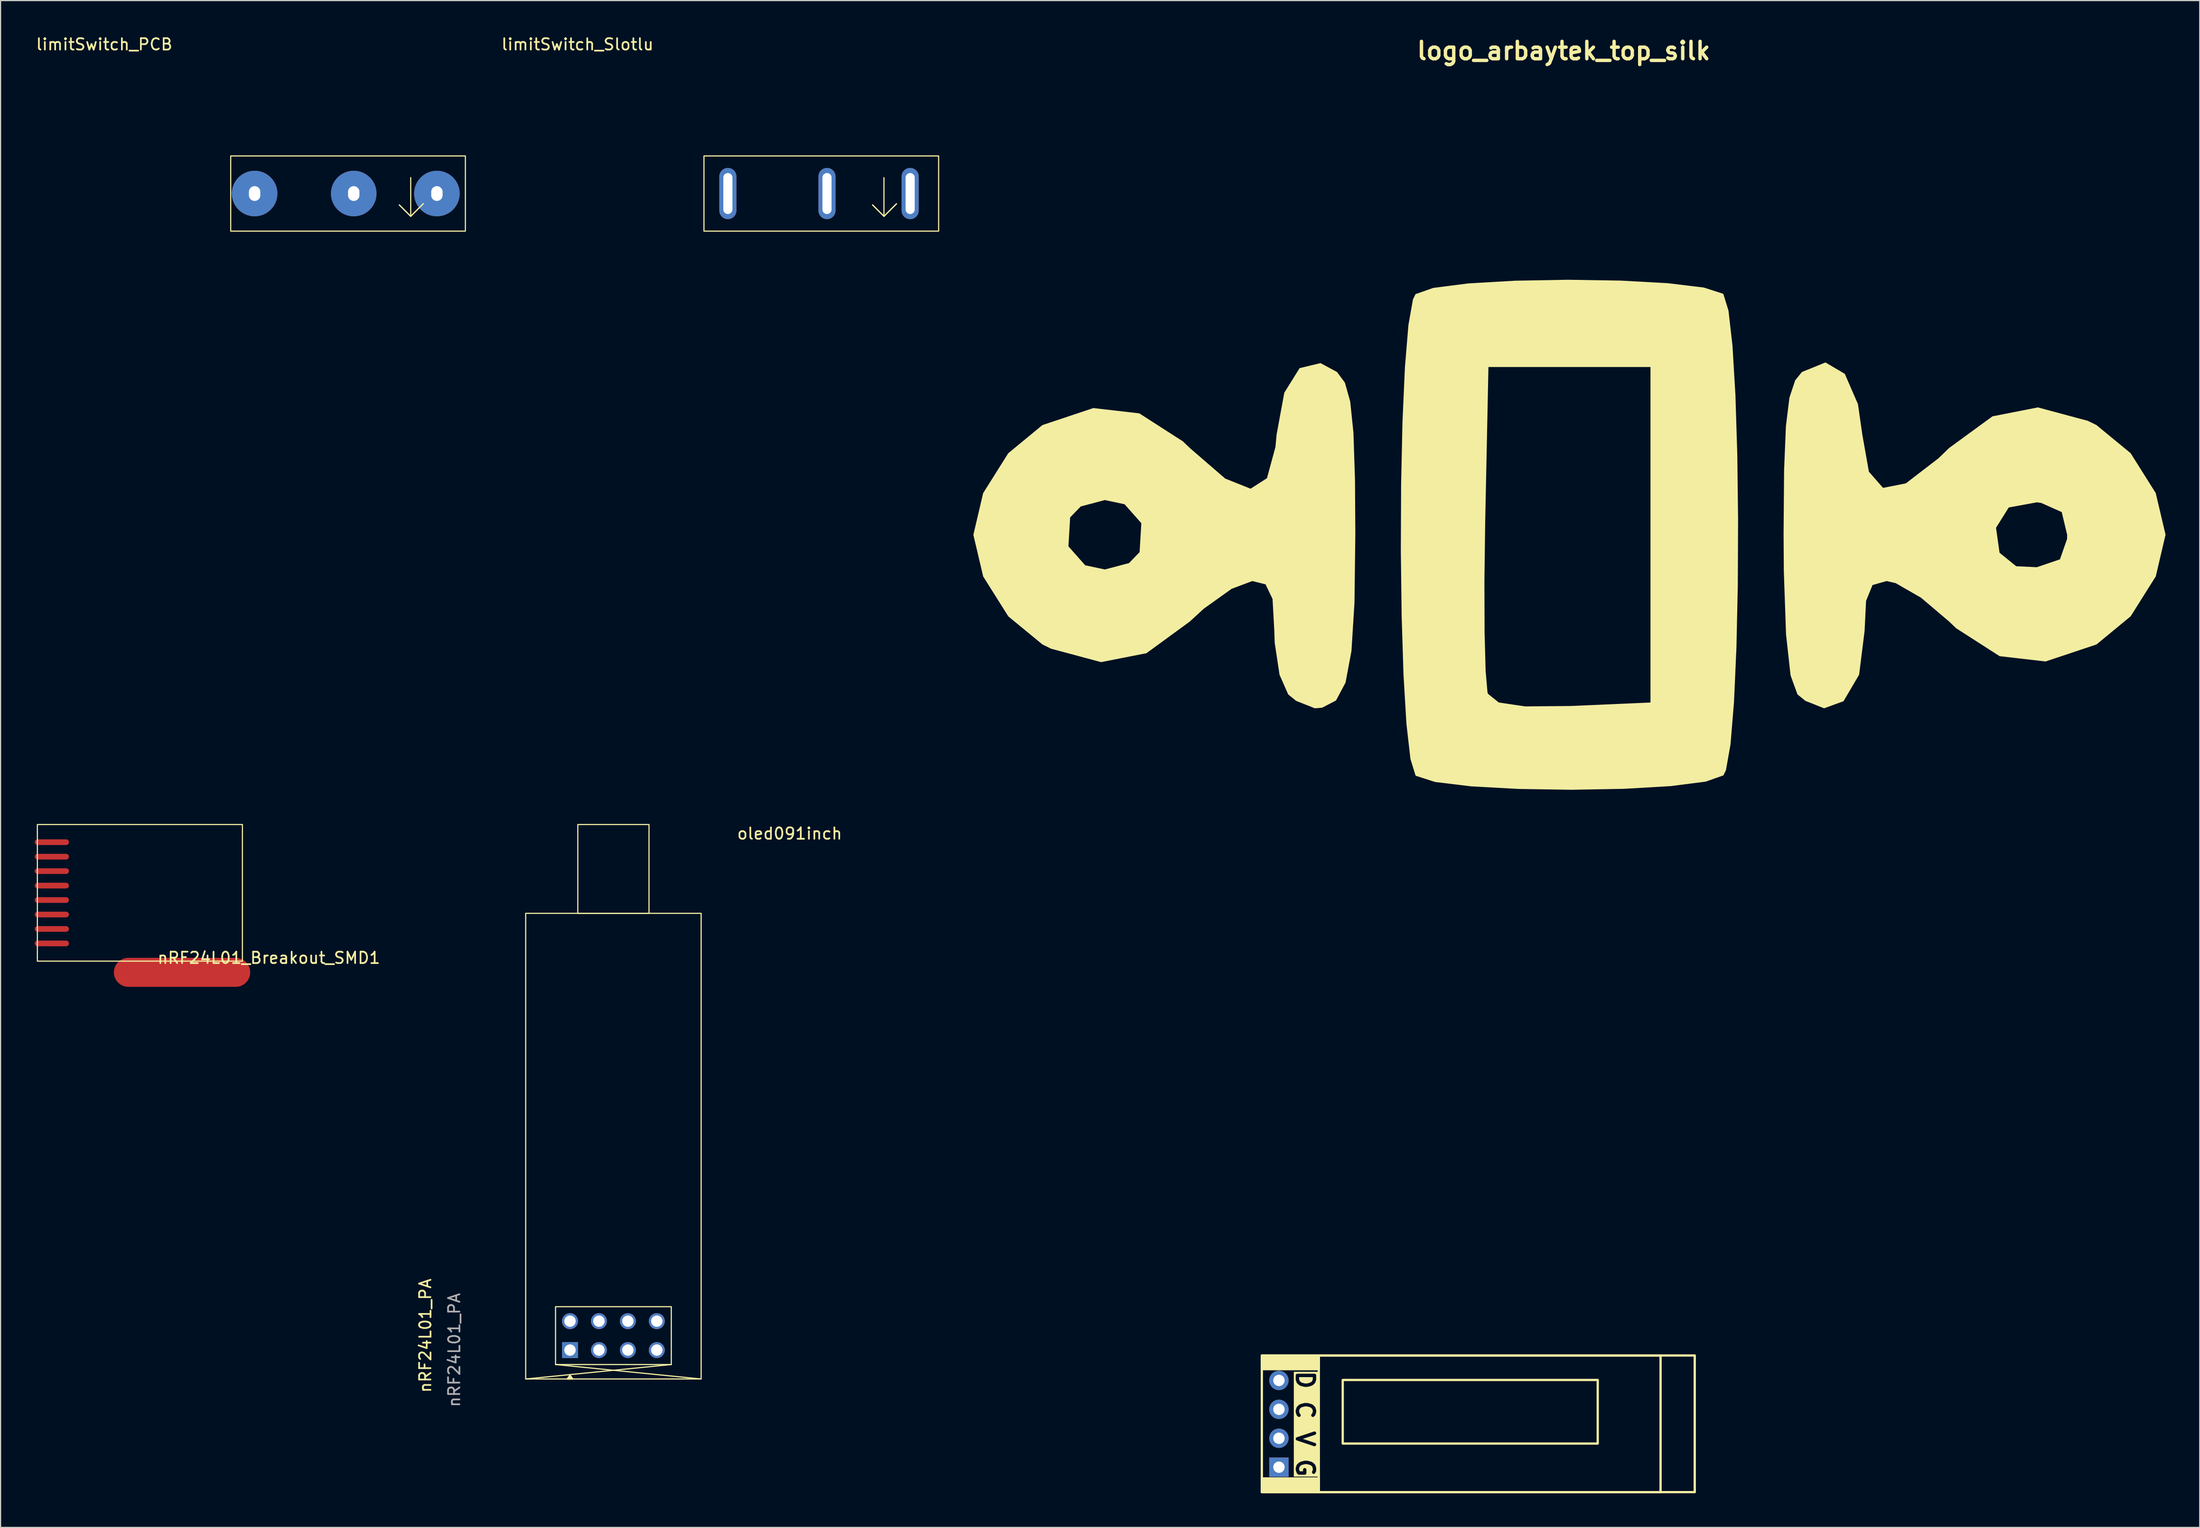
<source format=kicad_pcb>
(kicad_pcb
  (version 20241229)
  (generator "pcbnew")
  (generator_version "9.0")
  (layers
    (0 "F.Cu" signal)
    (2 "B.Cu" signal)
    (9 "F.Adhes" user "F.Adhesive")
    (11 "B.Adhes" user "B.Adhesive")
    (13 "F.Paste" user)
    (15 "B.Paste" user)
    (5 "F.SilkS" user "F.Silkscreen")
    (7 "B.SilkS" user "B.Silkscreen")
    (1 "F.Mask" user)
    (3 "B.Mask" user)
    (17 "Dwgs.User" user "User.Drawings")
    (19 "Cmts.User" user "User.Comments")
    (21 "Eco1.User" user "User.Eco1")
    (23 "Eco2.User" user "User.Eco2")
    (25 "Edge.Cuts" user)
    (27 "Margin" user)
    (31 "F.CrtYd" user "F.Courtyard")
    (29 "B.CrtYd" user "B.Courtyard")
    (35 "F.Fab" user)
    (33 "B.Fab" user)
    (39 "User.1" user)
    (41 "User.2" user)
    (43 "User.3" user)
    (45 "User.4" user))
  (footprint "logo_arbaytek_top_silk"
    (layer "F.Cu")
    (at 134.209 43.918)
    (property "Reference" "logo_arbaytek_top_silk" (at 0 -42.5 0) (layer "F.SilkS") (effects (font (size 1.524 1.524) (thickness 0.3))))
    (attr board_only exclude_from_pos_files exclude_from_bom)
    (fp_poly (pts (xy 4.989 -22.324) (xy 9.14 -22.096) (xy 12.303 -21.713) (xy 13.975 -21.174) (xy 14.021 -21.133) (xy 14.467 -19.689) (xy 14.819 -16.604) (xy 15.077 -12.263) (xy 15.24 -7.056) (xy 15.31 -1.37) (xy 15.285 4.408) (xy 15.166 9.889) (xy 14.952 14.687) (xy 14.645 18.413) (xy 14.243 20.68) (xy 14.021 21.133) (xy 12.465 21.682) (xy 9.385 22.076) (xy 5.284 22.314) (xy 0.664 22.397) (xy -3.973 22.324) (xy -8.124 22.096) (xy -11.287 21.713) (xy -12.959 21.174) (xy -13.005 21.133) (xy -13.451 19.689) (xy -13.803 16.604) (xy -14.061 12.263) (xy -14.224 7.056) (xy -14.26 4.086) (xy -6.957 4.086) (xy -6.942 8.563) (xy -6.851 11.943) (xy -6.691 13.805) (xy -6.649 13.965) (xy -5.697 14.732) (xy -3.389 15.074) (xy 0.594 15.039) (xy 0.748 15.033) (xy 7.62 14.732) (xy 7.62 -14.732) (xy -6.604 -14.732) (xy -6.889 -1.067) (xy -6.957 4.086) (xy -14.26 4.086) (xy -14.294 1.37) (xy -14.269 -4.408) (xy -14.15 -9.889) (xy -13.936 -14.687) (xy -13.629 -18.413) (xy -13.227 -20.68) (xy -13.005 -21.133) (xy -11.449 -21.682) (xy -8.369 -22.076) (xy -4.268 -22.314) (xy 0.352 -22.397)) (stroke (width 0) (type solid)) (fill yes) (layer "F.SilkS"))
    (fp_poly (pts (xy 24.679 -14.133) (xy 25.832 -11.473) (xy 26.218 -8.786) (xy 26.793 -5.537) (xy 28.034 -4.118) (xy 30.036 -4.514) (xy 32.893 -6.711) (xy 33.833 -7.62) (xy 37.64 -10.402) (xy 41.625 -11.186) (xy 46.008 -10.008) (xy 46.769 -9.635) (xy 49.766 -7.167) (xy 51.971 -3.665) (xy 52.832 -0.009) (xy 52.832 -0.000001) (xy 51.975 3.656) (xy 49.773 7.158) (xy 46.778 9.63) (xy 46.769 9.635) (xy 42.302 11.128) (xy 38.267 10.663) (xy 34.446 8.207) (xy 33.833 7.62) (xy 31.371 5.529) (xy 29.149 4.251) (xy 28.346 4.064) (xy 27.112 4.415) (xy 26.544 5.807) (xy 26.416 8.433) (xy 25.935 12.29) (xy 24.565 14.619) (xy 22.86 15.24) (xy 21.22 14.588) (xy 20.523 14.021) (xy 19.918 12.356) (xy 19.52 8.759) (xy 19.326 3.193) (xy 19.304 -0.079) (xy 19.308 -0.612) (xy 37.952 -0.612) (xy 38.262 1.579) (xy 39.723 2.764) (xy 41.532 2.849) (xy 43.563 2.159) (xy 44.189 0.367) (xy 44.196 0) (xy 43.72 -1.992) (xy 41.916 -2.797) (xy 41.532 -2.849) (xy 39.069 -2.397) (xy 37.952 -0.612) (xy 19.308 -0.612) (xy 19.348 -5.648) (xy 19.507 -9.526) (xy 19.819 -12.051) (xy 20.322 -13.564) (xy 20.913 -14.295) (xy 22.981 -15.134)) (stroke (width 0) (type solid)) (fill yes) (layer "F.SilkS"))
    (fp_poly (pts (xy -19.897 -14.295) (xy -19.206 -13.366) (xy -18.738 -11.706) (xy -18.455 -8.976) (xy -18.318 -4.836) (xy -18.288 -0.079) (xy -18.362 5.94) (xy -18.627 10.203) (xy -19.147 12.983) (xy -19.983 14.554) (xy -21.2 15.188) (xy -21.844 15.24) (xy -23.484 14.588) (xy -24.181 14.021) (xy -24.941 12.299) (xy -25.367 9.471) (xy -25.4 8.433) (xy -25.555 5.638) (xy -26.17 4.353) (xy -27.33 4.064) (xy -29.149 4.748) (xy -31.58 6.485) (xy -32.817 7.62) (xy -36.624 10.402) (xy -40.609 11.186) (xy -44.992 10.008) (xy -45.753 9.635) (xy -48.75 7.167) (xy -50.955 3.665) (xy -51.578 1.018) (xy -43.472 1.018) (xy -42 2.681) (xy -40.273 3.048) (xy -38.153 2.487) (xy -37.225 1.524) (xy -37.073 -1.018) (xy -38.545 -2.681) (xy -40.273 -3.048) (xy -42.393 -2.487) (xy -43.321 -1.524) (xy -43.472 1.018) (xy -51.578 1.018) (xy -51.816 0.009) (xy -51.816 0) (xy -50.959 -3.656) (xy -48.757 -7.158) (xy -45.762 -9.63) (xy -45.753 -9.635) (xy -41.286 -11.128) (xy -37.251 -10.663) (xy -33.43 -8.207) (xy -32.817 -7.62) (xy -29.71 -4.935) (xy -27.484 -4.046) (xy -26.045 -4.969) (xy -25.298 -7.718) (xy -25.202 -8.786) (xy -24.523 -12.478) (xy -23.179 -14.635) (xy -21.346 -15.077)) (stroke (width 0) (type solid)) (fill yes) (layer "F.SilkS")))
  (footprint "limitSwitch_PCB"
    (layer "F.Cu")
    (at 28.001 13.948)
    (property "Reference" "limitSwitch_PCB" (at -21.9 -13.1 0) (layer "F.SilkS") (effects (font (size 1 1) (thickness 0.15))))
    (attr through_hole)
    (fp_line (start 4 1) (end 5 2) (stroke (width 0.1) (type default)) (layer "F.SilkS"))
    (fp_line (start 5 -1.4) (end 5 2) (stroke (width 0.1) (type default)) (layer "F.SilkS"))
    (fp_line (start 5 2) (end 4 1) (stroke (width 0.1) (type default)) (layer "F.SilkS"))
    (fp_line (start 5 2) (end 6.1 0.9) (stroke (width 0.1) (type default)) (layer "F.SilkS"))
    (fp_line (start 6.1 0.9) (end 5 2) (stroke (width 0.1) (type default)) (layer "F.SilkS"))
    (fp_rect (start -10.8 -3.3) (end 9.8 3.3) (stroke (width 0.1) (type default)) (fill no) (layer "F.SilkS"))
    (pad "1" thru_hole circle (at 7.3 0) (size 4 4) (drill oval 1 1.3) (layers "*.Cu" "*.Mask"))
    (pad "2" thru_hole circle (at -8.7 0) (size 4 4) (drill oval 1 1.3) (layers "*.Cu" "*.Mask"))
    (pad "3" thru_hole circle (at 0 0) (size 4 4) (drill oval 1 1.3) (layers "*.Cu" "*.Mask")))
  (footprint "nRF24L01_PA"
    (layer "F.Cu")
    (at 50.795 118.065)
    (property "Reference" "nRF24L01_PA" (at -16.51 -3.81 270) (layer "F.SilkS") (effects (font (size 1 1) (thickness 0.15))))
    (attr through_hole)
    (fp_line (start -7.7 0) (end 5.08 -1.27) (stroke (width 0.1) (type default)) (layer "F.SilkS"))
    (fp_line (start -5.08 -1.27) (end 7.7 0) (stroke (width 0.1) (type default)) (layer "F.SilkS"))
    (fp_rect (start -7.7 -40.9) (end 7.7 0) (stroke (width 0.1) (type default)) (fill no) (layer "F.SilkS"))
    (fp_rect (start -5.08 -6.35) (end 5.08 -1.27) (stroke (width 0.1) (type default)) (fill no) (layer "F.SilkS"))
    (fp_rect (start -3.125 -48.7) (end 3.125 -40.9) (stroke (width 0.1) (type default)) (fill no) (layer "F.SilkS"))
    (fp_poly (pts (xy -3.81 -0.336) (xy -3.57 0) (xy -4.05 0) (xy -3.81 -0.336)) (stroke (width 0.12) (type solid)) (fill yes) (layer "F.SilkS"))
    (fp_text user "${REFERENCE}" (at -13.97 -2.54 270) (layer "F.Fab") (effects (font (size 1 1) (thickness 0.15))))
    (pad "1" thru_hole rect (at -3.81 -2.54 90) (size 1.4 1.4) (drill 1) (layers "*.Cu" "*.Mask"))
    (pad "2" thru_hole circle (at -3.81 -5.08 90) (size 1.4 1.4) (drill 1) (layers "*.Cu" "*.Mask"))
    (pad "3" thru_hole circle (at -1.27 -2.54 90) (size 1.4 1.4) (drill 1) (layers "*.Cu" "*.Mask"))
    (pad "4" thru_hole circle (at -1.27 -5.08 90) (size 1.4 1.4) (drill 1) (layers "*.Cu" "*.Mask"))
    (pad "5" thru_hole circle (at 1.27 -2.54 90) (size 1.4 1.4) (drill 1) (layers "*.Cu" "*.Mask"))
    (pad "6" thru_hole circle (at 1.27 -5.08 90) (size 1.4 1.4) (drill 1) (layers "*.Cu" "*.Mask"))
    (pad "7" thru_hole circle (at 3.81 -2.54 90) (size 1.4 1.4) (drill 1) (layers "*.Cu" "*.Mask"))
    (pad "8" thru_hole circle (at 3.81 -5.08 90) (size 1.4 1.4) (drill 1) (layers "*.Cu" "*.Mask")))
  (footprint "nRF24L01_Breakout_SMD1"
    (layer "F.Cu")
    (at 1.5 74.73)
    (property "Reference" "nRF24L01_Breakout_SMD1" (at 19.05 6.35 0) (layer "F.SilkS") (effects (font (size 1 1) (thickness 0.15))))
    (attr through_hole)
    (fp_rect (start -1.27 -5.365) (end 16.73 6.635) (stroke (width 0.1) (type default)) (fill no) (layer "F.SilkS"))
    (pad "1" smd oval (at 0 5.08) (size 3 0.5) (layers "F.Cu" "F.Mask" "F.Paste"))
    (pad "2" smd oval (at 0 -3.81) (size 3 0.5) (layers "F.Cu" "F.Mask" "F.Paste"))
    (pad "3" smd oval (at 0 -2.54) (size 3 0.5) (layers "F.Cu" "F.Mask" "F.Paste"))
    (pad "4" smd oval (at 0 -1.27) (size 3 0.5) (layers "F.Cu" "F.Mask" "F.Paste"))
    (pad "5" smd oval (at 0 0) (size 3 0.5) (layers "F.Cu" "F.Mask" "F.Paste"))
    (pad "6" smd oval (at 0 1.27) (size 3 0.5) (layers "F.Cu" "F.Mask" "F.Paste"))
    (pad "7" smd oval (at 0 2.54) (size 3 0.5) (layers "F.Cu" "F.Mask" "F.Paste"))
    (pad "8" smd oval (at 0 3.81) (size 3 0.5) (layers "F.Cu" "F.Mask" "F.Paste"))
    (pad "10" smd oval (at 11.43 7.62 90) (size 2.54 11.965) (layers "F.Cu" "F.Mask" "F.Paste")))
  (footprint "oled091inch"
    (layer "F.Cu")
    (at 126.715 122.001)
    (property "Reference" "oled091inch" (at -60.45 -51.838 0) (layer "F.SilkS") (effects (font (size 1 1) (thickness 0.15))))
    (attr through_hole)
    (fp_rect (start -19 -6) (end -14 -4.8) (stroke (width 0.2) (type solid)) (fill yes) (layer "F.SilkS"))
    (fp_rect (start -19 -6) (end 19 6) (stroke (width 0.2) (type default)) (fill no) (layer "F.SilkS"))
    (fp_rect (start -19 4.8) (end -14 6) (stroke (width 0.2) (type solid)) (fill yes) (layer "F.SilkS"))
    (fp_rect (start -14 -6) (end 16 6) (stroke (width 0.2) (type default)) (fill no) (layer "F.SilkS"))
    (fp_rect (start -11.9 -3.85) (end 10.484 1.734) (stroke (width 0.2) (type default)) (fill no) (layer "F.SilkS"))
    (fp_text user "D C V G" (at -15.2 0 270) (unlocked yes) (layer "F.SilkS" knockout) (effects (font (size 1.5 1.5) (thickness 0.3) (bold yes))))
    (pad "1" thru_hole rect (at -17.5 3.81 90) (size 1.7 1.7) (drill 1) (layers "*.Cu" "*.Mask"))
    (pad "2" thru_hole circle (at -17.5 1.27 90) (size 1.7 1.7) (drill 1) (layers "*.Cu" "*.Mask"))
    (pad "3" thru_hole circle (at -17.5 -1.27 90) (size 1.7 1.7) (drill 1) (layers "*.Cu" "*.Mask"))
    (pad "4" thru_hole circle (at -17.5 -3.81 90) (size 1.7 1.7) (drill 1) (layers "*.Cu" "*.Mask")))
  (footprint "limitSwitch_Slotlu"
    (layer "F.Cu")
    (at 69.543 13.948)
    (property "Reference" "limitSwitch_Slotlu" (at -21.9 -13.1 0) (layer "F.SilkS") (effects (font (size 1 1) (thickness 0.15))))
    (attr through_hole)
    (fp_line (start 4 1) (end 5 2) (stroke (width 0.1) (type default)) (layer "F.SilkS"))
    (fp_line (start 5 -1.4) (end 5 2) (stroke (width 0.1) (type default)) (layer "F.SilkS"))
    (fp_line (start 5 2) (end 4 1) (stroke (width 0.1) (type default)) (layer "F.SilkS"))
    (fp_line (start 5 2) (end 6.1 0.9) (stroke (width 0.1) (type default)) (layer "F.SilkS"))
    (fp_line (start 6.1 0.9) (end 5 2) (stroke (width 0.1) (type default)) (layer "F.SilkS"))
    (fp_rect (start -10.8 -3.3) (end 9.8 3.3) (stroke (width 0.1) (type default)) (fill no) (layer "F.SilkS"))
    (pad "1" thru_hole oval (at 7.3 0) (size 1.5 4.5) (drill oval 0.8 3.6) (layers "*.Cu" "*.Mask"))
    (pad "2" thru_hole oval (at -8.7 0) (size 1.5 4.5) (drill oval 0.8 3.6) (layers "*.Cu" "*.Mask"))
    (pad "3" thru_hole oval (at 0 0) (size 1.5 4.5) (drill oval 0.8 3.6) (layers "*.Cu" "*.Mask")))
  (gr_rect
    (start -3 -3)
    (end 190.041 131.101)
    (stroke (width 0.1) (type default))
    (fill no)
    (layer "Edge.Cuts")))
</source>
